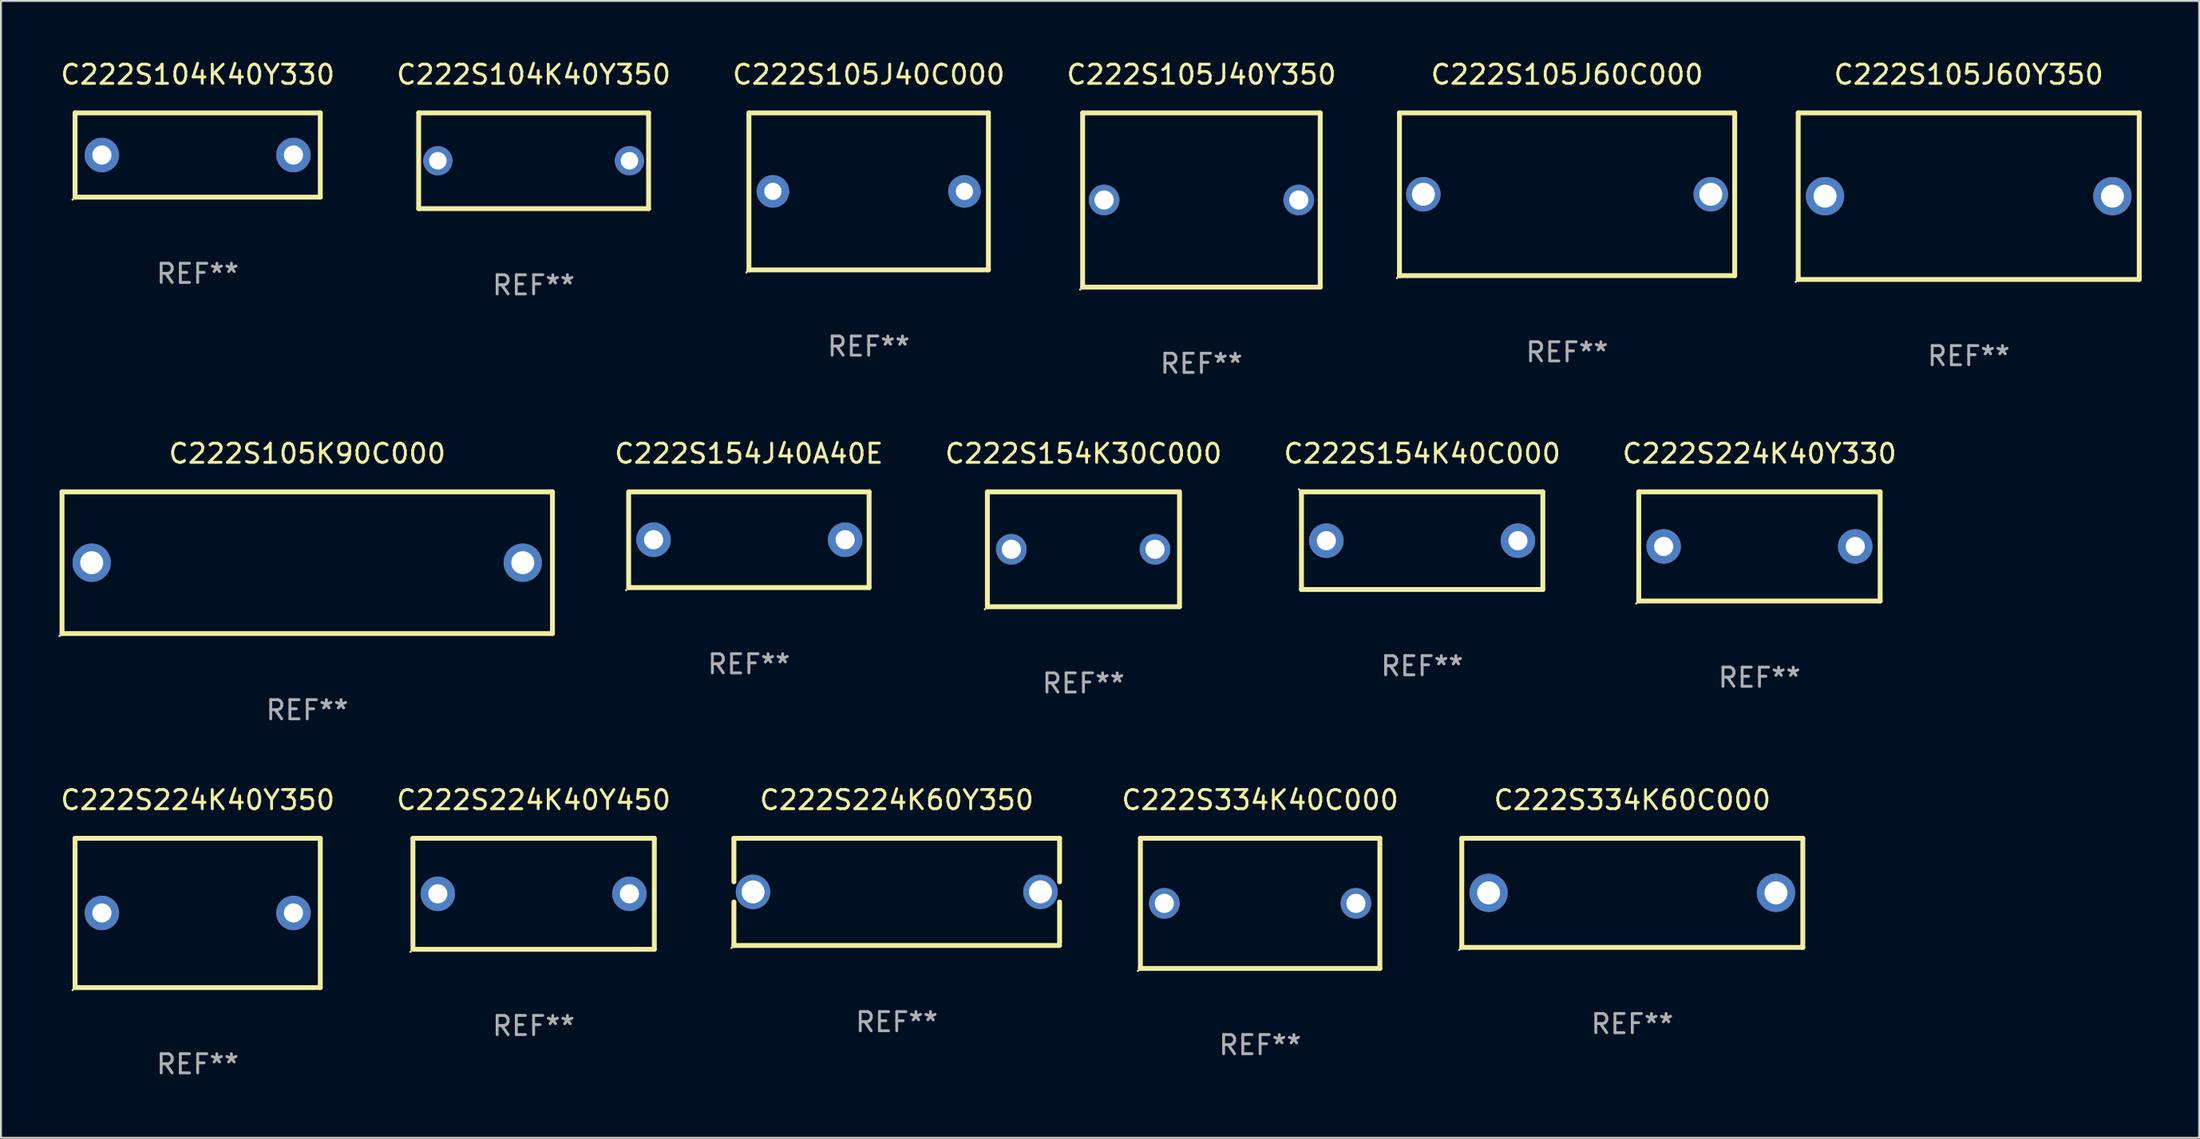
<source format=kicad_pcb>
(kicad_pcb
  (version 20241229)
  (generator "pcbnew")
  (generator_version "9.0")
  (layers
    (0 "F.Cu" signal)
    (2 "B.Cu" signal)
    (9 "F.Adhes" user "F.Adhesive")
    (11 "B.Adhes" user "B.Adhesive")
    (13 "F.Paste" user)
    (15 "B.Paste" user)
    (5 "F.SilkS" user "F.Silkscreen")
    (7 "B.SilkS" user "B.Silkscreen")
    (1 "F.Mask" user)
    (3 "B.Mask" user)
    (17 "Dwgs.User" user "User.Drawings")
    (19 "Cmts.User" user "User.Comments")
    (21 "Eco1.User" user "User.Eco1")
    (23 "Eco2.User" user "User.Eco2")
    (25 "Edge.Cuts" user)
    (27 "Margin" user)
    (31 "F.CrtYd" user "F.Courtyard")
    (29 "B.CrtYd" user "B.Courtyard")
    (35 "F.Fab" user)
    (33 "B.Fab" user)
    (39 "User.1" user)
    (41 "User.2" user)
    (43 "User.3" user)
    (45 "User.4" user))
  (footprint "C222S154J40A40E"
    (layer "F.Cu")
    (at 36.039 25.145)
    (property "Reference" "C222S154J40A40E" (at 0 -4.5 0) (layer "F.SilkS") (effects (font (size 1 1) (thickness 0.15))))
    (attr through_hole)
    (fp_line (start -6.275 -2.5) (end -6.275 2.5) (stroke (width 0.254) (type solid)) (layer "F.SilkS"))
    (fp_line (start -6.225 -2.5) (end 6.275 -2.5) (stroke (width 0.254) (type solid)) (layer "F.SilkS"))
    (fp_line (start -6.225 2.5) (end 6.275 2.5) (stroke (width 0.254) (type solid)) (layer "F.SilkS"))
    (fp_line (start 6.275 -2.5) (end 6.275 2.5) (stroke (width 0.254) (type solid)) (layer "F.SilkS"))
    (fp_circle (center -6.402 2.627) (end -6.372 2.627) (stroke (width 0.06) (type solid)) (fill no) (layer "F.SilkS"))
    (fp_text user "REF**" (at 0 6.5 0) (layer "F.Fab") (effects (font (size 1 1) (thickness 0.15))))
    (pad "1" thru_hole circle (at -4.975 0) (size 1.8 1.8) (drill 1) (layers "*.Cu" "*.Mask"))
    (pad "2" thru_hole circle (at 5.025 0) (size 1.8 1.8) (drill 1) (layers "*.Cu" "*.Mask")))
  (footprint "C222S105K90C000"
    (layer "F.Cu")
    (at 12.987 26.345)
    (property "Reference" "C222S105K90C000" (at 0 -5.7 0) (layer "F.SilkS") (effects (font (size 1 1) (thickness 0.15))))
    (attr through_hole)
    (fp_line (start -12.8 -3.7) (end -12.8 3.7) (stroke (width 0.254) (type solid)) (layer "F.SilkS"))
    (fp_line (start -12.8 -3.7) (end 12.8 -3.7) (stroke (width 0.254) (type solid)) (layer "F.SilkS"))
    (fp_line (start -12.8 3.7) (end 12.8 3.7) (stroke (width 0.254) (type solid)) (layer "F.SilkS"))
    (fp_line (start 12.8 -3.7) (end 12.8 3.7) (stroke (width 0.254) (type solid)) (layer "F.SilkS"))
    (fp_circle (center -12.927 3.827) (end -12.897 3.827) (stroke (width 0.06) (type solid)) (fill no) (layer "F.SilkS"))
    (fp_text user "REF**" (at 0 7.7 0) (layer "F.Fab") (effects (font (size 1 1) (thickness 0.15))))
    (pad "1" thru_hole circle (at -11.25 0.000051) (size 2 2) (drill 1.2) (layers "*.Cu" "*.Mask"))
    (pad "2" thru_hole circle (at 11.25 0.000051) (size 2 2) (drill 1.2) (layers "*.Cu" "*.Mask")))
  (footprint "C222S334K40C000"
    (layer "F.Cu")
    (at 62.725 44.141)
    (property "Reference" "C222S334K40C000" (at 0 -5.4 0) (layer "F.SilkS") (effects (font (size 1 1) (thickness 0.15))))
    (attr through_hole)
    (fp_line (start -6.25 -3.4) (end -6.25 3.4) (stroke (width 0.254) (type solid)) (layer "F.SilkS"))
    (fp_line (start -6.25 -3.4) (end 6.25 -3.4) (stroke (width 0.254) (type solid)) (layer "F.SilkS"))
    (fp_line (start -6.25 3.4) (end 6.25 3.4) (stroke (width 0.254) (type solid)) (layer "F.SilkS"))
    (fp_line (start 6.25 -3.4) (end 6.25 3.4) (stroke (width 0.254) (type solid)) (layer "F.SilkS"))
    (fp_circle (center -6.377 3.527) (end -6.347 3.527) (stroke (width 0.06) (type solid)) (fill no) (layer "F.SilkS"))
    (fp_text user "REF**" (at 0 7.4 0) (layer "F.Fab") (effects (font (size 1 1) (thickness 0.15))))
    (pad "1" thru_hole circle (at -5.001 -0.000013) (size 1.6 1.6) (drill 1) (layers "*.Cu" "*.Mask"))
    (pad "2" thru_hole circle (at 5.001 -0.000013) (size 1.6 1.6) (drill 1) (layers "*.Cu" "*.Mask")))
  (footprint "C222S224K40Y350"
    (layer "F.Cu")
    (at 7.268 44.641)
    (property "Reference" "C222S224K40Y350" (at 0 -5.9 0) (layer "F.SilkS") (effects (font (size 1 1) (thickness 0.15))))
    (attr through_hole)
    (fp_line (start -6.4 -3.9) (end -6.4 3.9) (stroke (width 0.254) (type solid)) (layer "F.SilkS"))
    (fp_line (start -6.4 -3.9) (end 6.4 -3.9) (stroke (width 0.254) (type solid)) (layer "F.SilkS"))
    (fp_line (start -6.4 3.9) (end 6.4 3.9) (stroke (width 0.254) (type solid)) (layer "F.SilkS"))
    (fp_line (start 6.4 -3.9) (end 6.4 3.9) (stroke (width 0.254) (type solid)) (layer "F.SilkS"))
    (fp_circle (center -6.527 4.027) (end -6.497 4.027) (stroke (width 0.06) (type solid)) (fill no) (layer "F.SilkS"))
    (fp_text user "REF**" (at 0 7.9 0) (layer "F.Fab") (effects (font (size 1 1) (thickness 0.15))))
    (pad "1" thru_hole circle (at -5 0) (size 1.8 1.8) (drill 1) (layers "*.Cu" "*.Mask"))
    (pad "2" thru_hole circle (at 5 0) (size 1.8 1.8) (drill 1) (layers "*.Cu" "*.Mask")))
  (footprint "C222S105J60Y350"
    (layer "F.Cu")
    (at 99.711 7.198)
    (property "Reference" "C222S105J60Y350" (at 0 -6.35 0) (layer "F.SilkS") (effects (font (size 1 1) (thickness 0.15))))
    (attr through_hole)
    (fp_line (start -8.9 -4.35) (end -8.9 4.35) (stroke (width 0.254) (type solid)) (layer "F.SilkS"))
    (fp_line (start -8.9 -4.35) (end 8.9 -4.35) (stroke (width 0.254) (type solid)) (layer "F.SilkS"))
    (fp_line (start 8.9 4.35) (end -8.9 4.35) (stroke (width 0.254) (type solid)) (layer "F.SilkS"))
    (fp_line (start 8.9 -4.35) (end 8.9 4.35) (stroke (width 0.254) (type solid)) (layer "F.SilkS"))
    (fp_circle (center -9.027 4.477) (end -8.997 4.477) (stroke (width 0.06) (type solid)) (fill no) (layer "F.SilkS"))
    (fp_text user "REF**" (at 0 8.35 0) (layer "F.Fab") (effects (font (size 1 1) (thickness 0.15))))
    (pad "1" thru_hole circle (at -7.5 0) (size 2 2) (drill 1.2) (layers "*.Cu" "*.Mask"))
    (pad "2" thru_hole circle (at 7.5 0) (size 2 2) (drill 1.2) (layers "*.Cu" "*.Mask")))
  (footprint "C222S105J40Y350"
    (layer "F.Cu")
    (at 59.661 7.398)
    (property "Reference" "C222S105J40Y350" (at 0 -6.55 0) (layer "F.SilkS") (effects (font (size 1 1) (thickness 0.15))))
    (attr through_hole)
    (fp_line (start -6.2 -4.55) (end 6.2 -4.55) (stroke (width 0.254) (type solid)) (layer "F.SilkS"))
    (fp_line (start -6.2 4.55) (end -6.2 -4.55) (stroke (width 0.254) (type solid)) (layer "F.SilkS"))
    (fp_line (start 6.2 4.55) (end 6.2 -4.55) (stroke (width 0.254) (type solid)) (layer "F.SilkS"))
    (fp_line (start 6.2 4.55) (end -6.2 4.55) (stroke (width 0.254) (type solid)) (layer "F.SilkS"))
    (fp_circle (center -6.327 4.677) (end -6.297 4.677) (stroke (width 0.06) (type solid)) (fill no) (layer "F.SilkS"))
    (fp_text user "REF**" (at 0 8.55 0) (layer "F.Fab") (effects (font (size 1 1) (thickness 0.15))))
    (pad "1" thru_hole circle (at -5.08 0) (size 1.6 1.6) (drill 1) (layers "*.Cu" "*.Mask"))
    (pad "2" thru_hole circle (at 5.08 0) (size 1.6 1.6) (drill 1) (layers "*.Cu" "*.Mask")))
  (footprint "C222S154K40C000"
    (layer "F.Cu")
    (at 71.182 25.195)
    (property "Reference" "C222S154K40C000" (at 0 -4.55 0) (layer "F.SilkS") (effects (font (size 1 1) (thickness 0.15))))
    (attr through_hole)
    (fp_line (start -6.3 -2.55) (end -6.3 2.55) (stroke (width 0.254) (type solid)) (layer "F.SilkS"))
    (fp_line (start -6.3 -2.55) (end 6.3 -2.55) (stroke (width 0.254) (type solid)) (layer "F.SilkS"))
    (fp_line (start -6.3 2.55) (end 6.3 2.55) (stroke (width 0.254) (type solid)) (layer "F.SilkS"))
    (fp_line (start 6.3 -2.55) (end 6.3 2.55) (stroke (width 0.254) (type solid)) (layer "F.SilkS"))
    (fp_circle (center -6.427 -2.677) (end -6.397 -2.677) (stroke (width 0.06) (type solid)) (fill no) (layer "F.SilkS"))
    (fp_text user "REF**" (at 0 6.55 0) (layer "F.Fab") (effects (font (size 1 1) (thickness 0.15))))
    (pad "1" thru_hole circle (at -5 -0.000076) (size 1.8 1.8) (drill 1) (layers "*.Cu" "*.Mask"))
    (pad "2" thru_hole circle (at 5 -0.000076) (size 1.8 1.8) (drill 1) (layers "*.Cu" "*.Mask")))
  (footprint "C222S105J60C000"
    (layer "F.Cu")
    (at 78.747 7.098)
    (property "Reference" "C222S105J60C000" (at 0 -6.25 0) (layer "F.SilkS") (effects (font (size 1 1) (thickness 0.15))))
    (attr through_hole)
    (fp_line (start -8.75 -4.25) (end 8.75 -4.25) (stroke (width 0.254) (type solid)) (layer "F.SilkS"))
    (fp_line (start -8.75 4.25) (end -8.75 -4.25) (stroke (width 0.254) (type solid)) (layer "F.SilkS"))
    (fp_line (start 8.75 -4.25) (end 8.75 4.25) (stroke (width 0.254) (type solid)) (layer "F.SilkS"))
    (fp_line (start 8.75 4.25) (end -8.75 4.25) (stroke (width 0.254) (type solid)) (layer "F.SilkS"))
    (fp_circle (center -8.877 4.377) (end -8.847 4.377) (stroke (width 0.06) (type solid)) (fill no) (layer "F.SilkS"))
    (fp_text user "REF**" (at 0 8.25 0) (layer "F.Fab") (effects (font (size 1 1) (thickness 0.15))))
    (pad "1" thru_hole circle (at -7.501 -0.000025) (size 1.8 1.8) (drill 1.2) (layers "*.Cu" "*.Mask"))
    (pad "2" thru_hole circle (at 7.501 -0.000025) (size 1.8 1.8) (drill 1.2) (layers "*.Cu" "*.Mask")))
  (footprint "C222S104K40Y350"
    (layer "F.Cu")
    (at 24.804 5.348)
    (property "Reference" "C222S104K40Y350" (at 0 -4.5 0) (layer "F.SilkS") (effects (font (size 1 1) (thickness 0.15))))
    (attr through_hole)
    (fp_line (start -6 -2.5) (end 6 -2.5) (stroke (width 0.254) (type solid)) (layer "F.SilkS"))
    (fp_line (start -6 2.5) (end -6 -2.5) (stroke (width 0.254) (type solid)) (layer "F.SilkS"))
    (fp_line (start 6 -2.5) (end 6 2.5) (stroke (width 0.254) (type solid)) (layer "F.SilkS"))
    (fp_line (start 6 2.5) (end -6 2.5) (stroke (width 0.254) (type solid)) (layer "F.SilkS"))
    (fp_circle (center -6 2.5) (end -5.97 2.5) (stroke (width 0.06) (type solid)) (fill no) (layer "F.SilkS"))
    (fp_text user "REF**" (at 0 6.5 0) (layer "F.Fab") (effects (font (size 1 1) (thickness 0.15))))
    (pad "1" thru_hole circle (at -5 0) (size 1.524 1.524) (drill 0.914) (layers "*.Cu" "*.Mask"))
    (pad "2" thru_hole circle (at 5 0) (size 1.524 1.524) (drill 0.914) (layers "*.Cu" "*.Mask")))
  (footprint "C222S104K40Y330"
    (layer "F.Cu")
    (at 7.268 5.048)
    (property "Reference" "C222S104K40Y330" (at 0 -4.2 0) (layer "F.SilkS") (effects (font (size 1 1) (thickness 0.15))))
    (attr through_hole)
    (fp_line (start -6.4 -2.2) (end -6.4 2.2) (stroke (width 0.254) (type solid)) (layer "F.SilkS"))
    (fp_line (start -6.4 -2.2) (end 6.4 -2.2) (stroke (width 0.254) (type solid)) (layer "F.SilkS"))
    (fp_line (start -6.4 2.2) (end 6.4 2.2) (stroke (width 0.254) (type solid)) (layer "F.SilkS"))
    (fp_line (start 6.4 -2.2) (end 6.4 2.2) (stroke (width 0.254) (type solid)) (layer "F.SilkS"))
    (fp_circle (center -6.527 2.327) (end -6.497 2.327) (stroke (width 0.06) (type solid)) (fill no) (layer "F.SilkS"))
    (fp_text user "REF**" (at 0 6.2 0) (layer "F.Fab") (effects (font (size 1 1) (thickness 0.15))))
    (pad "1" thru_hole circle (at -5 0.000127) (size 1.8 1.8) (drill 1) (layers "*.Cu" "*.Mask"))
    (pad "2" thru_hole circle (at 5 0.000127) (size 1.8 1.8) (drill 1) (layers "*.Cu" "*.Mask")))
  (footprint "C222S105J40C000"
    (layer "F.Cu")
    (at 42.292 6.948)
    (property "Reference" "C222S105J40C000" (at 0 -6.1 0) (layer "F.SilkS") (effects (font (size 1 1) (thickness 0.15))))
    (attr through_hole)
    (fp_line (start -6.25 -4.1) (end -6.25 4.1) (stroke (width 0.254) (type solid)) (layer "F.SilkS"))
    (fp_line (start -6.25 -4.1) (end 6.249 -4.1) (stroke (width 0.254) (type solid)) (layer "F.SilkS"))
    (fp_line (start -6.249 4.1) (end 6.25 4.1) (stroke (width 0.254) (type solid)) (layer "F.SilkS"))
    (fp_line (start 6.25 -4.1) (end 6.25 4.1) (stroke (width 0.254) (type solid)) (layer "F.SilkS"))
    (fp_circle (center -6.377 4.227) (end -6.347 4.227) (stroke (width 0.06) (type solid)) (fill no) (layer "F.SilkS"))
    (fp_text user "REF**" (at 0 8.1 0) (layer "F.Fab") (effects (font (size 1 1) (thickness 0.15))))
    (pad "1" thru_hole circle (at -5 0.000013) (size 1.7 1.7) (drill 0.9) (layers "*.Cu" "*.Mask"))
    (pad "2" thru_hole circle (at 5 0.000013) (size 1.7 1.7) (drill 0.9) (layers "*.Cu" "*.Mask")))
  (footprint "C222S224K40Y450"
    (layer "F.Cu")
    (at 24.804 43.641)
    (property "Reference" "C222S224K40Y450" (at 0 -4.9 0) (layer "F.SilkS") (effects (font (size 1 1) (thickness 0.15))))
    (attr through_hole)
    (fp_line (start -6.3 -2.9) (end -6.3 2.794) (stroke (width 0.254) (type solid)) (layer "F.SilkS"))
    (fp_line (start -6.3 -2.9) (end 6.3 -2.9) (stroke (width 0.254) (type solid)) (layer "F.SilkS"))
    (fp_line (start -6.3 2.9) (end 6.3 2.9) (stroke (width 0.254) (type solid)) (layer "F.SilkS"))
    (fp_line (start 6.3 -2.9) (end 6.3 2.9) (stroke (width 0.254) (type solid)) (layer "F.SilkS"))
    (fp_circle (center -6.427 3.027) (end -6.397 3.027) (stroke (width 0.06) (type solid)) (fill no) (layer "F.SilkS"))
    (fp_text user "REF**" (at 0 6.9 0) (layer "F.Fab") (effects (font (size 1 1) (thickness 0.15))))
    (pad "1" thru_hole circle (at -5 0) (size 1.8 1.8) (drill 1) (layers "*.Cu" "*.Mask"))
    (pad "2" thru_hole circle (at 5 0) (size 1.8 1.8) (drill 1) (layers "*.Cu" "*.Mask")))
  (footprint "C222S224K60Y350"
    (layer "F.Cu")
    (at 43.758 43.541)
    (property "Reference" "C222S224K60Y350" (at 0 -4.8 0) (layer "F.SilkS") (effects (font (size 1 1) (thickness 0.15))))
    (attr through_hole)
    (fp_line (start -8.5 -2.8) (end -8.5 -0.527) (stroke (width 0.254) (type solid)) (layer "F.SilkS"))
    (fp_line (start -8.5 -2.8) (end 8.5 -2.8) (stroke (width 0.254) (type solid)) (layer "F.SilkS"))
    (fp_line (start -8.5 0.527) (end -8.5 2.8) (stroke (width 0.254) (type solid)) (layer "F.SilkS"))
    (fp_line (start 8.5 -2.8) (end 8.5 -0.527) (stroke (width 0.254) (type solid)) (layer "F.SilkS"))
    (fp_line (start 8.5 0.527) (end 8.5 2.667) (stroke (width 0.254) (type solid)) (layer "F.SilkS"))
    (fp_line (start 8.5 2.8) (end -8.5 2.8) (stroke (width 0.254) (type solid)) (layer "F.SilkS"))
    (fp_circle (center -8.627 2.927) (end -8.597 2.927) (stroke (width 0.06) (type solid)) (fill no) (layer "F.SilkS"))
    (fp_text user "REF**" (at 0 6.8 0) (layer "F.Fab") (effects (font (size 1 1) (thickness 0.15))))
    (pad "1" thru_hole circle (at -7.501 0) (size 1.8 1.8) (drill 1.2) (layers "*.Cu" "*.Mask"))
    (pad "2" thru_hole circle (at 7.501 0) (size 1.8 1.8) (drill 1.2) (layers "*.Cu" "*.Mask")))
  (footprint "C222S334K60C000"
    (layer "F.Cu")
    (at 82.151 43.591)
    (property "Reference" "C222S334K60C000" (at 0 -4.85 0) (layer "F.SilkS") (effects (font (size 1 1) (thickness 0.15))))
    (attr through_hole)
    (fp_line (start -8.9 -2.85) (end -8.9 2.85) (stroke (width 0.254) (type solid)) (layer "F.SilkS"))
    (fp_line (start -8.9 -2.85) (end 8.9 -2.85) (stroke (width 0.254) (type solid)) (layer "F.SilkS"))
    (fp_line (start 8.9 -2.85) (end 8.9 2.85) (stroke (width 0.254) (type solid)) (layer "F.SilkS"))
    (fp_line (start 8.9 2.85) (end -8.9 2.85) (stroke (width 0.254) (type solid)) (layer "F.SilkS"))
    (fp_circle (center -9.027 2.977) (end -8.997 2.977) (stroke (width 0.06) (type solid)) (fill no) (layer "F.SilkS"))
    (fp_text user "REF**" (at 0 6.85 0) (layer "F.Fab") (effects (font (size 1 1) (thickness 0.15))))
    (pad "1" thru_hole circle (at -7.5 0) (size 2 2) (drill 1.2) (layers "*.Cu" "*.Mask"))
    (pad "2" thru_hole circle (at 7.5 0) (size 2 2) (drill 1.2) (layers "*.Cu" "*.Mask")))
  (footprint "C222S154K30C000"
    (layer "F.Cu")
    (at 53.503 25.645)
    (property "Reference" "C222S154K30C000" (at 0 -5 0) (layer "F.SilkS") (effects (font (size 1 1) (thickness 0.15))))
    (attr through_hole)
    (fp_line (start -5.015 3) (end -5.015 -3) (stroke (width 0.254) (type solid)) (layer "F.SilkS"))
    (fp_line (start -5.005 -3) (end 4.995 -3) (stroke (width 0.254) (type solid)) (layer "F.SilkS"))
    (fp_line (start 5.005 3) (end -4.995 3) (stroke (width 0.254) (type solid)) (layer "F.SilkS"))
    (fp_line (start 5.015 -3) (end 5.015 3) (stroke (width 0.254) (type solid)) (layer "F.SilkS"))
    (fp_circle (center -5.142 3.127) (end -5.112 3.127) (stroke (width 0.06) (type solid)) (fill no) (layer "F.SilkS"))
    (fp_text user "REF**" (at 0 7 0) (layer "F.Fab") (effects (font (size 1 1) (thickness 0.15))))
    (pad "1" thru_hole circle (at -3.765 0) (size 1.6 1.6) (drill 1) (layers "*.Cu" "*.Mask"))
    (pad "2" thru_hole circle (at 3.735 0) (size 1.6 1.6) (drill 1) (layers "*.Cu" "*.Mask")))
  (footprint "C222S224K40Y330"
    (layer "F.Cu")
    (at 88.789 25.495)
    (property "Reference" "C222S224K40Y330" (at 0 -4.85 0) (layer "F.SilkS") (effects (font (size 1 1) (thickness 0.15))))
    (attr through_hole)
    (fp_line (start -6.3 -2.85) (end -6.3 2.85) (stroke (width 0.254) (type solid)) (layer "F.SilkS"))
    (fp_line (start -6.3 -2.85) (end 6.3 -2.85) (stroke (width 0.254) (type solid)) (layer "F.SilkS"))
    (fp_line (start 6.3 -2.85) (end 6.3 2.85) (stroke (width 0.254) (type solid)) (layer "F.SilkS"))
    (fp_line (start 6.3 2.85) (end -6.3 2.85) (stroke (width 0.254) (type solid)) (layer "F.SilkS"))
    (fp_circle (center -6.427 2.977) (end -6.397 2.977) (stroke (width 0.06) (type solid)) (fill no) (layer "F.SilkS"))
    (fp_text user "REF**" (at 0 6.85 0) (layer "F.Fab") (effects (font (size 1 1) (thickness 0.15))))
    (pad "1" thru_hole circle (at -5 0.000076) (size 1.8 1.8) (drill 1) (layers "*.Cu" "*.Mask"))
    (pad "2" thru_hole circle (at 5 0.000076) (size 1.8 1.8) (drill 1) (layers "*.Cu" "*.Mask")))
  (gr_rect
    (start -3 -3)
    (end 111.738 56.39)
    (stroke (width 0.1) (type default))
    (fill no)
    (layer "Edge.Cuts")))
</source>
